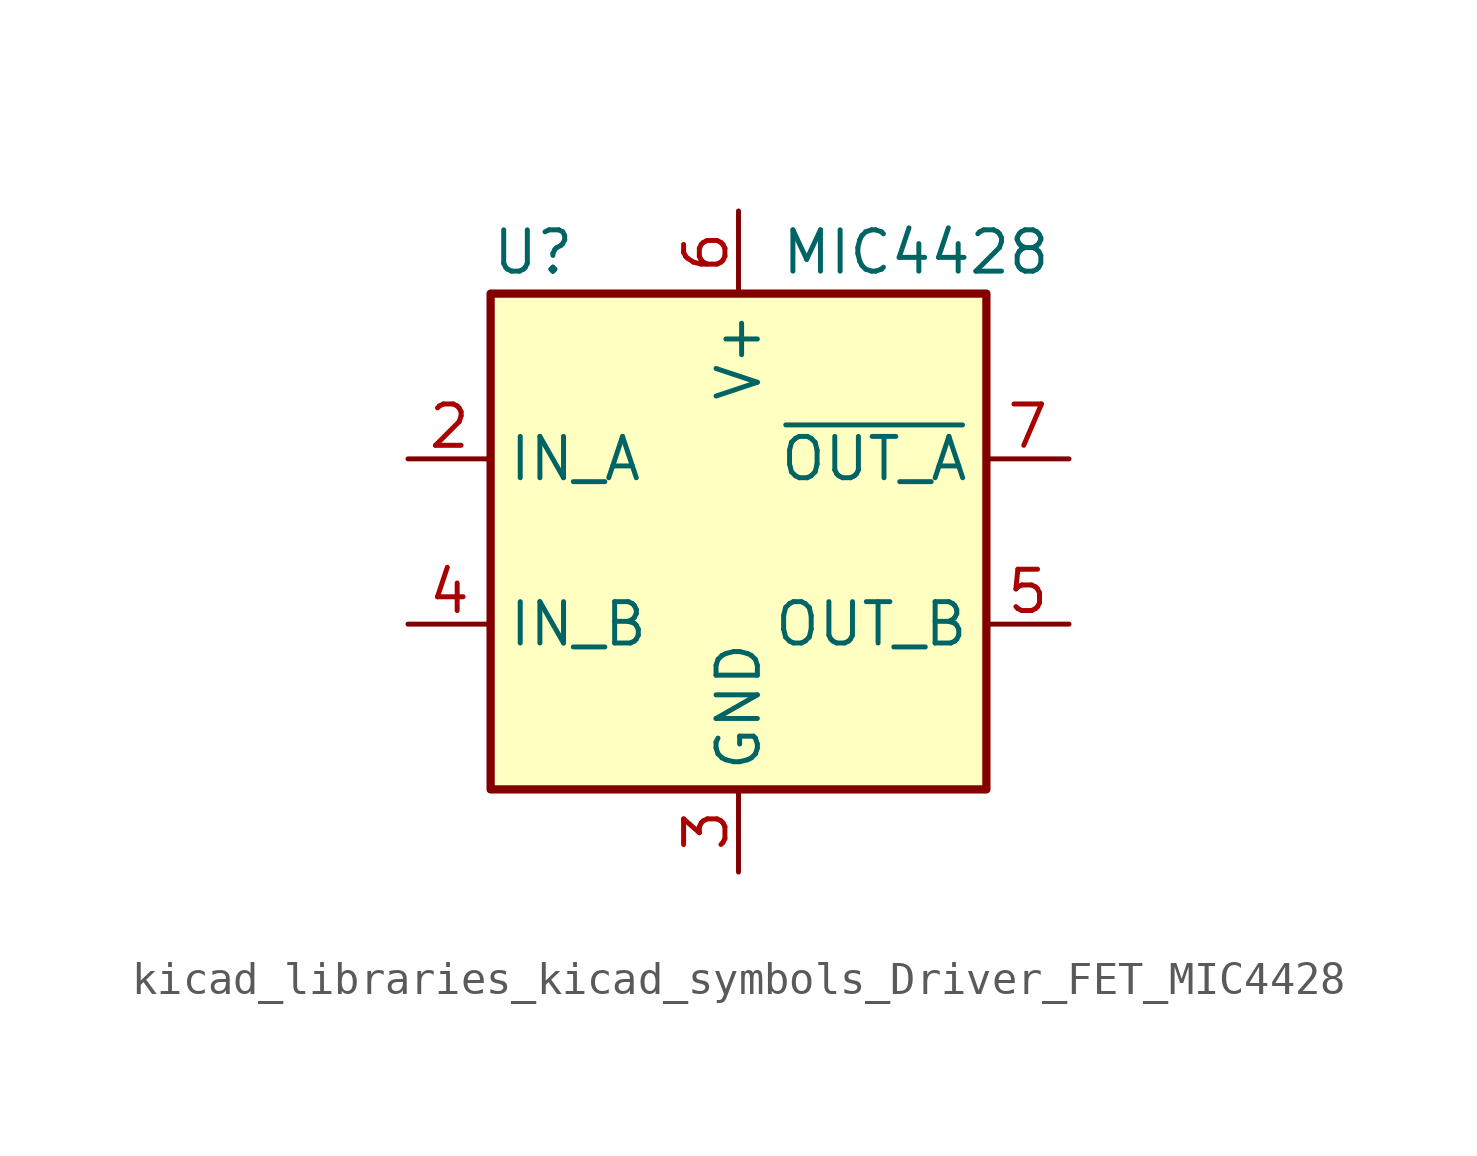
<source format=kicad_sym>
(kicad_symbol_lib
  (version 20220914)
  (generator kicad_symbol_editor)
  (symbol "kicad_libraries_kicad_symbols_Driver_FET_MIC4428"
    (property "Reference" "U"
      (at -7.62 8.89 0)
      (effects (font (size 1.27 1.27)) (justify left)))
    (property "Value" "MIC4428"
      (at 1.27 8.89 0)
      (effects (font (size 1.27 1.27)) (justify left)))
    (symbol "kicad_libraries_kicad_symbols_Driver_FET_MIC4428_0_1"
      (rectangle (start -7.62 -7.62) (end 7.62 7.62) (stroke (width 0.254) (type default)) (fill (type background))))
    (symbol "kicad_libraries_kicad_symbols_Driver_FET_MIC4428_1_1"
      (pin no_connect line (at -7.62 0 0) (length 2.54) hide (name "NC" (effects (font (size 1.27 1.27)))) (number "1" (effects (font (size 1.27 1.27)))))
      (pin input line (at -10.16 2.54 0) (length 2.54) (name "IN_A" (effects (font (size 1.27 1.27)))) (number "2" (effects (font (size 1.27 1.27)))))
      (pin power_in line (at 0 -10.16 90) (length 2.54) (name "GND" (effects (font (size 1.27 1.27)))) (number "3" (effects (font (size 1.27 1.27)))))
      (pin input line (at -10.16 -2.54 0) (length 2.54) (name "IN_B" (effects (font (size 1.27 1.27)))) (number "4" (effects (font (size 1.27 1.27)))))
      (pin output line (at 10.16 -2.54 180) (length 2.54) (name "OUT_B" (effects (font (size 1.27 1.27)))) (number "5" (effects (font (size 1.27 1.27)))))
      (pin power_in line (at 0 10.16 270) (length 2.54) (name "V+" (effects (font (size 1.27 1.27)))) (number "6" (effects (font (size 1.27 1.27)))))
      (pin output line (at 10.16 2.54 180) (length 2.54) (name "~{OUT_A}" (effects (font (size 1.27 1.27)))) (number "7" (effects (font (size 1.27 1.27)))))
      (pin no_connect line (at 7.62 0 180) (length 2.54) hide (name "NC" (effects (font (size 1.27 1.27)))) (number "8" (effects (font (size 1.27 1.27))))))))
</source>
